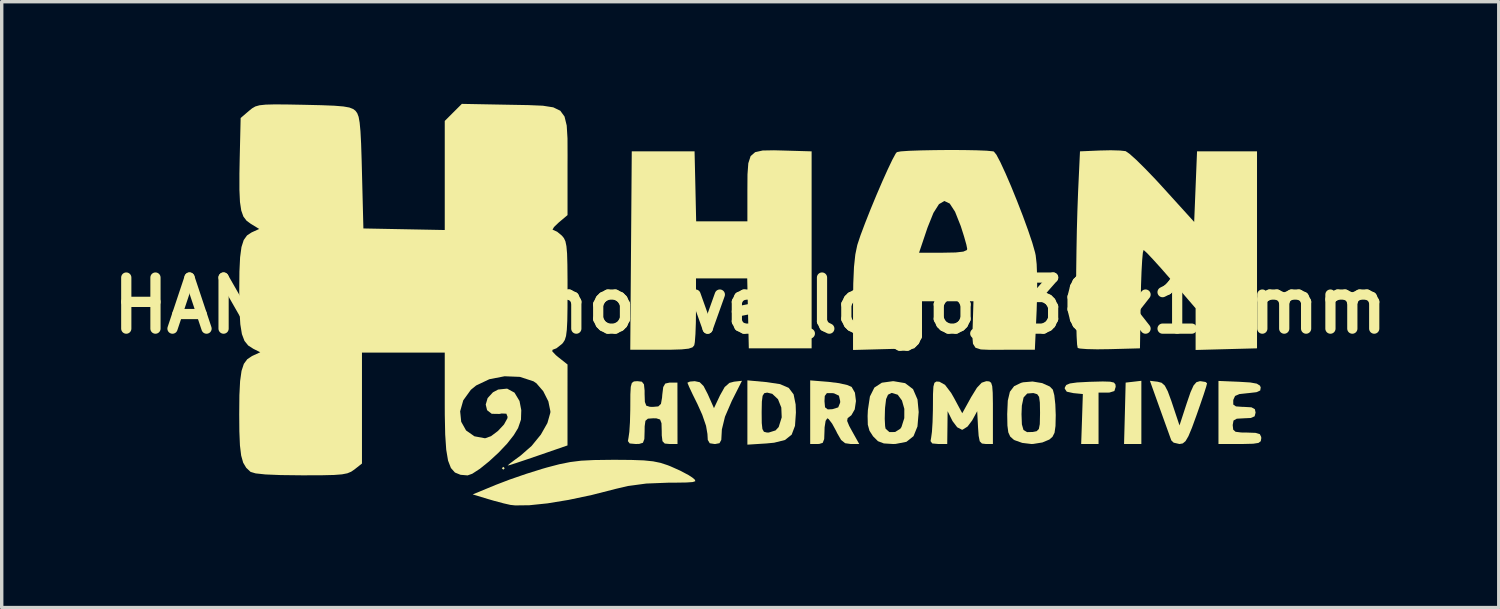
<source format=kicad_pcb>
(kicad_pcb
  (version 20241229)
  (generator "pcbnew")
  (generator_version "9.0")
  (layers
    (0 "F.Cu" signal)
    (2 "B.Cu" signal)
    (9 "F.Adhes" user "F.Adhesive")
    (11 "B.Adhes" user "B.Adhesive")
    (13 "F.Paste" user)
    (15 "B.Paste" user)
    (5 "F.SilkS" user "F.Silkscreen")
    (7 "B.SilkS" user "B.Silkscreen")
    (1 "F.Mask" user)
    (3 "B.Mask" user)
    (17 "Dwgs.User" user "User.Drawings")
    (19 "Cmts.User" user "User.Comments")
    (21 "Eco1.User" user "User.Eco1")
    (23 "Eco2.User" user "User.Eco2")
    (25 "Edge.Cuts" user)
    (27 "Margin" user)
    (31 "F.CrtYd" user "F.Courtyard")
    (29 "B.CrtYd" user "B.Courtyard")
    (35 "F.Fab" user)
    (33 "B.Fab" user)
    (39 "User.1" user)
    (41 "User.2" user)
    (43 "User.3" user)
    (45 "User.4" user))
  (footprint "HAN_Hydromotive_logo_30x12mm"
    (layer "F.Cu")
    (at 18.979 5.921)
    (property "Reference" "HAN_Hydromotive_logo_30x12mm" (at 0 0 0) (layer "F.SilkS") (effects (font (size 1.5 1.5) (thickness 0.3))))
    (attr board_only exclude_from_pos_files exclude_from_bom)
    (fp_poly (pts (xy -7.209 4.778) (xy -7.251 4.82) (xy -7.293 4.778) (xy -7.251 4.736)) (stroke (width 0) (type solid)) (fill yes) (layer "F.SilkS"))
    (fp_poly (pts (xy 11.484 3.138) (xy 11.484 4.066) (xy 11.23 4.066) (xy 10.976 4.066) (xy 11 3.165) (xy 11.023 2.263) (xy 11.254 2.237) (xy 11.484 2.21)) (stroke (width 0) (type solid)) (fill yes) (layer "F.SilkS"))
    (fp_poly (pts (xy 10.565 2.236) (xy 10.679 2.262) (xy 10.723 2.317) (xy 10.73 2.386) (xy 10.692 2.511) (xy 10.548 2.555) (xy 10.479 2.557) (xy 10.227 2.557) (xy 10.227 3.311) (xy 10.227 4.066) (xy 9.972 4.066) (xy 9.717 4.066) (xy 9.742 3.332) (xy 9.766 2.599) (xy 9.489 2.572) (xy 9.294 2.53) (xy 9.234 2.441) (xy 9.238 2.404) (xy 9.278 2.334) (xy 9.387 2.288) (xy 9.597 2.259) (xy 9.938 2.241) (xy 9.997 2.239) (xy 10.349 2.23)) (stroke (width 0) (type solid)) (fill yes) (layer "F.SilkS"))
    (fp_poly (pts (xy -0.541 2.8) (xy -0.742 3.265) (xy -0.833 3.638) (xy -0.838 3.728) (xy -0.85 3.945) (xy -0.903 4.042) (xy -1.027 4.066) (xy -1.048 4.066) (xy -1.189 4.044) (xy -1.247 3.946) (xy -1.257 3.77) (xy -1.298 3.532) (xy -1.409 3.208) (xy -1.551 2.892) (xy -1.69 2.611) (xy -1.793 2.392) (xy -1.842 2.274) (xy -1.844 2.265) (xy -1.772 2.233) (xy -1.63 2.221) (xy -1.485 2.251) (xy -1.37 2.365) (xy -1.248 2.601) (xy -1.241 2.617) (xy -1.065 3.013) (xy -0.888 2.638) (xy -0.751 2.394) (xy -0.612 2.272) (xy -0.477 2.236) (xy -0.243 2.21)) (stroke (width 0) (type solid)) (fill yes) (layer "F.SilkS"))
    (fp_poly (pts (xy 11.96 2.237) (xy 12.079 2.268) (xy 12.172 2.351) (xy 12.26 2.519) (xy 12.366 2.807) (xy 12.394 2.892) (xy 12.604 3.521) (xy 12.816 2.871) (xy 12.928 2.545) (xy 13.017 2.348) (xy 13.101 2.251) (xy 13.199 2.222) (xy 13.22 2.221) (xy 13.37 2.245) (xy 13.413 2.284) (xy 13.387 2.385) (xy 13.316 2.607) (xy 13.21 2.917) (xy 13.109 3.206) (xy 12.97 3.588) (xy 12.866 3.837) (xy 12.781 3.982) (xy 12.7 4.049) (xy 12.606 4.066) (xy 12.602 4.066) (xy 12.433 4.027) (xy 12.364 3.961) (xy 12.321 3.842) (xy 12.235 3.603) (xy 12.12 3.284) (xy 12.03 3.033) (xy 11.735 2.21)) (stroke (width 0) (type solid)) (fill yes) (layer "F.SilkS"))
    (fp_poly (pts (xy 0.482 2.249) (xy 0.875 2.308) (xy 1.13 2.418) (xy 1.273 2.608) (xy 1.333 2.905) (xy 1.341 3.144) (xy 1.314 3.533) (xy 1.216 3.792) (xy 1.021 3.948) (xy 0.701 4.028) (xy 0.472 4.05) (xy -0.084 4.085) (xy -0.084 3.144) (xy 0.335 3.144) (xy 0.338 3.45) (xy 0.357 3.626) (xy 0.402 3.707) (xy 0.489 3.729) (xy 0.542 3.73) (xy 0.743 3.667) (xy 0.835 3.568) (xy 0.924 3.283) (xy 0.912 2.996) (xy 0.815 2.751) (xy 0.647 2.593) (xy 0.497 2.557) (xy 0.412 2.574) (xy 0.363 2.65) (xy 0.341 2.82) (xy 0.335 3.12) (xy 0.335 3.144) (xy -0.084 3.144) (xy -0.084 3.141) (xy -0.084 2.197)) (stroke (width 0) (type solid)) (fill yes) (layer "F.SilkS"))
    (fp_poly (pts (xy 0.965 -4.551) (xy 1.802 -4.527) (xy 1.802 -1.635) (xy 1.802 1.257) (xy 0.88 1.257) (xy -0.042 1.257) (xy -0.065 0.231) (xy -0.089 -0.796) (xy -0.841 -0.796) (xy -1.593 -0.796) (xy -1.593 0.119) (xy -1.597 0.505) (xy -1.609 0.837) (xy -1.627 1.074) (xy -1.644 1.167) (xy -1.694 1.227) (xy -1.808 1.266) (xy -2.015 1.288) (xy -2.343 1.298) (xy -2.609 1.299) (xy -3.523 1.299) (xy -3.501 -1.614) (xy -3.479 -4.527) (xy -2.557 -4.527) (xy -1.635 -4.527) (xy -1.611 -3.5) (xy -1.588 -2.473) (xy -0.836 -2.473) (xy -0.084 -2.473) (xy -0.084 -3.379) (xy -0.081 -3.849) (xy -0.057 -4.177) (xy 0.011 -4.387) (xy 0.144 -4.503) (xy 0.365 -4.552) (xy 0.696 -4.558)) (stroke (width 0) (type solid)) (fill yes) (layer "F.SilkS"))
    (fp_poly (pts (xy -3.489 4.534) (xy -3.126 4.547) (xy -2.853 4.575) (xy -2.633 4.62) (xy -2.426 4.688) (xy -2.347 4.719) (xy -2.06 4.847) (xy -1.811 4.979) (xy -1.699 5.052) (xy -1.625 5.116) (xy -1.613 5.158) (xy -1.689 5.183) (xy -1.874 5.196) (xy -2.192 5.201) (xy -2.412 5.202) (xy -3.051 5.227) (xy -3.59 5.299) (xy -3.94 5.381) (xy -4.653 5.563) (xy -5.334 5.707) (xy -5.954 5.809) (xy -6.486 5.864) (xy -6.901 5.869) (xy -7.042 5.854) (xy -7.241 5.809) (xy -7.522 5.734) (xy -7.7 5.682) (xy -8.149 5.546) (xy -7.469 5.265) (xy -7.064 5.11) (xy -6.583 4.944) (xy -6.11 4.796) (xy -5.972 4.756) (xy -5.606 4.66) (xy -5.287 4.596) (xy -4.967 4.556) (xy -4.592 4.537) (xy -4.113 4.531) (xy -3.982 4.53)) (stroke (width 0) (type solid)) (fill yes) (layer "F.SilkS"))
    (fp_poly (pts (xy 4.547 2.279) (xy 4.78 2.455) (xy 4.911 2.758) (xy 4.946 3.128) (xy 4.91 3.551) (xy 4.794 3.836) (xy 4.585 4.002) (xy 4.267 4.064) (xy 4.191 4.066) (xy 3.922 4.049) (xy 3.749 3.983) (xy 3.606 3.84) (xy 3.603 3.835) (xy 3.501 3.677) (xy 3.452 3.499) (xy 3.448 3.326) (xy 3.949 3.326) (xy 3.96 3.541) (xy 3.974 3.616) (xy 4.085 3.716) (xy 4.253 3.714) (xy 4.405 3.619) (xy 4.44 3.568) (xy 4.523 3.307) (xy 4.524 3.033) (xy 4.455 2.789) (xy 4.33 2.619) (xy 4.161 2.567) (xy 4.144 2.569) (xy 4.045 2.619) (xy 3.989 2.748) (xy 3.959 2.997) (xy 3.956 3.051) (xy 3.949 3.326) (xy 3.448 3.326) (xy 3.446 3.242) (xy 3.454 3.069) (xy 3.514 2.67) (xy 3.645 2.409) (xy 3.865 2.266) (xy 4.192 2.221) (xy 4.205 2.221)) (stroke (width 0) (type solid)) (fill yes) (layer "F.SilkS"))
    (fp_poly (pts (xy 14.355 2.239) (xy 14.681 2.259) (xy 14.874 2.294) (xy 14.966 2.352) (xy 14.989 2.405) (xy 14.974 2.495) (xy 14.862 2.545) (xy 14.618 2.573) (xy 14.612 2.573) (xy 14.363 2.6) (xy 14.236 2.655) (xy 14.187 2.761) (xy 14.182 2.787) (xy 14.183 2.908) (xy 14.262 2.962) (xy 14.459 2.976) (xy 14.496 2.976) (xy 14.718 2.989) (xy 14.817 3.044) (xy 14.838 3.144) (xy 14.81 3.253) (xy 14.696 3.302) (xy 14.502 3.311) (xy 14.286 3.323) (xy 14.19 3.377) (xy 14.167 3.503) (xy 14.167 3.521) (xy 14.181 3.645) (xy 14.25 3.707) (xy 14.418 3.728) (xy 14.586 3.73) (xy 14.838 3.739) (xy 14.963 3.777) (xy 15.003 3.859) (xy 15.005 3.898) (xy 14.99 3.984) (xy 14.923 4.034) (xy 14.767 4.058) (xy 14.49 4.065) (xy 14.377 4.066) (xy 13.748 4.066) (xy 13.748 3.14) (xy 13.748 2.214)) (stroke (width 0) (type solid)) (fill yes) (layer "F.SilkS"))
    (fp_poly (pts (xy 7.019 2.228) (xy 7.073 2.268) (xy 7.105 2.37) (xy 7.12 2.564) (xy 7.125 2.878) (xy 7.125 3.144) (xy 7.125 4.066) (xy 6.92 4.066) (xy 6.803 4.052) (xy 6.738 3.986) (xy 6.706 3.825) (xy 6.689 3.584) (xy 6.664 3.102) (xy 6.516 3.374) (xy 6.379 3.555) (xy 6.237 3.644) (xy 6.216 3.647) (xy 6.077 3.575) (xy 5.941 3.395) (xy 5.93 3.374) (xy 5.795 3.102) (xy 5.79 3.584) (xy 5.784 4.066) (xy 5.523 4.066) (xy 5.345 4.05) (xy 5.294 3.981) (xy 5.312 3.877) (xy 5.335 3.709) (xy 5.353 3.425) (xy 5.363 3.077) (xy 5.364 2.949) (xy 5.366 2.597) (xy 5.378 2.38) (xy 5.408 2.269) (xy 5.464 2.232) (xy 5.554 2.237) (xy 5.719 2.329) (xy 5.9 2.568) (xy 5.983 2.713) (xy 6.225 3.163) (xy 6.485 2.692) (xy 6.656 2.414) (xy 6.796 2.266) (xy 6.931 2.221) (xy 6.936 2.221)) (stroke (width 0) (type solid)) (fill yes) (layer "F.SilkS"))
    (fp_poly (pts (xy 2.306 2.242) (xy 2.609 2.28) (xy 2.854 2.336) (xy 2.977 2.39) (xy 3.074 2.56) (xy 3.104 2.804) (xy 3.068 3.049) (xy 2.97 3.221) (xy 2.947 3.239) (xy 2.86 3.306) (xy 2.845 3.388) (xy 2.905 3.534) (xy 2.996 3.701) (xy 3.2 4.066) (xy 2.95 4.066) (xy 2.787 4.043) (xy 2.668 3.948) (xy 2.549 3.742) (xy 2.524 3.688) (xy 2.406 3.471) (xy 2.303 3.335) (xy 2.263 3.311) (xy 2.213 3.386) (xy 2.183 3.576) (xy 2.18 3.688) (xy 2.171 3.921) (xy 2.128 4.032) (xy 2.026 4.064) (xy 1.97 4.066) (xy 1.76 4.066) (xy 1.76 3.132) (xy 1.76 2.808) (xy 2.18 2.808) (xy 2.196 2.989) (xy 2.276 3.05) (xy 2.41 3.044) (xy 2.583 2.991) (xy 2.639 2.855) (xy 2.641 2.808) (xy 2.604 2.647) (xy 2.461 2.579) (xy 2.41 2.572) (xy 2.25 2.572) (xy 2.188 2.656) (xy 2.18 2.808) (xy 1.76 2.808) (xy 1.76 2.198)) (stroke (width 0) (type solid)) (fill yes) (layer "F.SilkS"))
    (fp_poly (pts (xy 8.572 2.278) (xy 8.798 2.38) (xy 8.885 2.471) (xy 8.928 2.633) (xy 8.958 2.903) (xy 8.97 3.217) (xy 8.963 3.537) (xy 8.935 3.735) (xy 8.874 3.856) (xy 8.783 3.935) (xy 8.577 4.021) (xy 8.309 4.064) (xy 8.257 4.066) (xy 7.988 4.034) (xy 7.762 3.954) (xy 7.731 3.935) (xy 7.633 3.847) (xy 7.577 3.724) (xy 7.551 3.523) (xy 7.545 3.199) (xy 7.545 3.192) (xy 7.965 3.192) (xy 7.976 3.49) (xy 8.023 3.654) (xy 8.129 3.717) (xy 8.296 3.713) (xy 8.41 3.69) (xy 8.474 3.626) (xy 8.502 3.482) (xy 8.508 3.219) (xy 8.509 3.144) (xy 8.504 2.849) (xy 8.481 2.682) (xy 8.426 2.604) (xy 8.325 2.573) (xy 8.308 2.57) (xy 8.133 2.584) (xy 8.026 2.699) (xy 7.975 2.939) (xy 7.965 3.192) (xy 7.545 3.192) (xy 7.545 3.187) (xy 7.562 2.793) (xy 7.624 2.531) (xy 7.748 2.368) (xy 7.95 2.271) (xy 8.012 2.254) (xy 8.289 2.231)) (stroke (width 0) (type solid)) (fill yes) (layer "F.SilkS"))
    (fp_poly (pts (xy -3.182 2.237) (xy -3.121 2.314) (xy -3.102 2.497) (xy -3.102 2.599) (xy -3.094 2.831) (xy -3.052 2.941) (xy -2.946 2.974) (xy -2.855 2.976) (xy -2.699 2.962) (xy -2.622 2.888) (xy -2.59 2.709) (xy -2.583 2.62) (xy -2.555 2.394) (xy -2.495 2.291) (xy -2.374 2.264) (xy -2.347 2.263) (xy -2.138 2.263) (xy -2.137 3.165) (xy -2.136 4.066) (xy -2.367 4.066) (xy -2.51 4.053) (xy -2.577 3.984) (xy -2.598 3.814) (xy -2.599 3.688) (xy -2.606 3.456) (xy -2.648 3.347) (xy -2.755 3.313) (xy -2.85 3.311) (xy -3.005 3.322) (xy -3.078 3.385) (xy -3.1 3.546) (xy -3.102 3.688) (xy -3.109 3.92) (xy -3.151 4.03) (xy -3.26 4.063) (xy -3.363 4.066) (xy -3.54 4.05) (xy -3.592 3.981) (xy -3.574 3.877) (xy -3.55 3.709) (xy -3.532 3.425) (xy -3.523 3.077) (xy -3.522 2.955) (xy -3.52 2.604) (xy -3.508 2.388) (xy -3.477 2.274) (xy -3.417 2.229) (xy -3.32 2.221) (xy -3.311 2.221)) (stroke (width 0) (type solid)) (fill yes) (layer "F.SilkS"))
    (fp_poly (pts (xy 10.86 -4.551) (xy 11.022 -4.533) (xy 11.133 -4.457) (xy 11.333 -4.279) (xy 11.597 -4.018) (xy 11.904 -3.699) (xy 12.113 -3.471) (xy 13.035 -2.455) (xy 13.077 -3.491) (xy 13.119 -4.527) (xy 13.999 -4.527) (xy 14.88 -4.527) (xy 14.88 -1.635) (xy 14.88 1.257) (xy 13.978 1.281) (xy 13.077 1.305) (xy 13.077 0.693) (xy 13.077 0.081) (xy 12.344 -0.771) (xy 12.069 -1.086) (xy 11.832 -1.348) (xy 11.655 -1.536) (xy 11.558 -1.625) (xy 11.549 -1.629) (xy 11.528 -1.552) (xy 11.508 -1.333) (xy 11.489 -1.001) (xy 11.474 -0.582) (xy 11.466 -0.189) (xy 11.443 1.257) (xy 10.558 1.281) (xy 10.188 1.286) (xy 9.882 1.279) (xy 9.679 1.263) (xy 9.615 1.246) (xy 9.597 1.146) (xy 9.583 0.902) (xy 9.574 0.539) (xy 9.569 0.082) (xy 9.568 -0.447) (xy 9.571 -1.022) (xy 9.579 -1.619) (xy 9.59 -2.215) (xy 9.606 -2.784) (xy 9.625 -3.303) (xy 9.629 -3.395) (xy 9.682 -4.527) (xy 10.267 -4.552) (xy 10.588 -4.559)) (stroke (width 0) (type solid)) (fill yes) (layer "F.SilkS"))
    (fp_poly (pts (xy 6.266 -4.565) (xy 6.644 -4.558) (xy 6.941 -4.546) (xy 7.124 -4.528) (xy 7.153 -4.521) (xy 7.228 -4.428) (xy 7.345 -4.206) (xy 7.493 -3.886) (xy 7.661 -3.497) (xy 7.835 -3.068) (xy 8.005 -2.63) (xy 8.157 -2.213) (xy 8.281 -1.846) (xy 8.363 -1.558) (xy 8.381 -1.475) (xy 8.41 -1.216) (xy 8.424 -0.834) (xy 8.425 -0.374) (xy 8.41 0.12) (xy 8.41 0.128) (xy 8.357 1.299) (xy 7.448 1.299) (xy 7.039 1.301) (xy 6.771 1.29) (xy 6.613 1.239) (xy 6.54 1.123) (xy 6.522 0.914) (xy 6.532 0.587) (xy 6.537 0.44) (xy 6.554 -0.126) (xy 5.711 -0.126) (xy 4.869 -0.126) (xy 4.844 0.566) (xy 4.82 1.257) (xy 3.919 1.281) (xy 3.018 1.305) (xy 3.018 -0.024) (xy 3.025 -0.648) (xy 3.046 -1.131) (xy 3.085 -1.497) (xy 3.096 -1.551) (xy 4.957 -1.551) (xy 5.664 -1.551) (xy 6.033 -1.558) (xy 6.257 -1.583) (xy 6.359 -1.628) (xy 6.371 -1.66) (xy 6.345 -1.79) (xy 6.278 -2.028) (xy 6.184 -2.324) (xy 6.176 -2.346) (xy 6.014 -2.753) (xy 5.857 -2.994) (xy 5.7 -3.069) (xy 5.542 -2.977) (xy 5.379 -2.72) (xy 5.208 -2.295) (xy 5.188 -2.237) (xy 4.957 -1.551) (xy 3.096 -1.551) (xy 3.142 -1.772) (xy 3.148 -1.792) (xy 3.238 -2.063) (xy 3.37 -2.414) (xy 3.528 -2.814) (xy 3.701 -3.232) (xy 3.875 -3.637) (xy 4.037 -3.997) (xy 4.173 -4.282) (xy 4.27 -4.461) (xy 4.305 -4.504) (xy 4.419 -4.526) (xy 4.665 -4.543) (xy 5.009 -4.555) (xy 5.413 -4.563) (xy 5.844 -4.567)) (stroke (width 0) (type solid)) (fill yes) (layer "F.SilkS"))
    (fp_poly (pts (xy -7.077 -5.895) (xy -6.513 -5.885) (xy -6.088 -5.867) (xy -5.783 -5.819) (xy -5.578 -5.72) (xy -5.453 -5.549) (xy -5.389 -5.285) (xy -5.366 -4.907) (xy -5.364 -4.394) (xy -5.365 -4.064) (xy -5.365 -2.655) (xy -5.623 -2.438) (xy -5.762 -2.305) (xy -5.805 -2.229) (xy -5.791 -2.221) (xy -5.67 -2.167) (xy -5.533 -2.054) (xy -5.471 -1.98) (xy -5.427 -1.885) (xy -5.397 -1.741) (xy -5.378 -1.522) (xy -5.369 -1.202) (xy -5.365 -0.754) (xy -5.365 -0.461) (xy -5.366 0.064) (xy -5.372 0.447) (xy -5.386 0.715) (xy -5.409 0.895) (xy -5.446 1.013) (xy -5.498 1.095) (xy -5.533 1.132) (xy -5.691 1.256) (xy -5.805 1.3) (xy -5.813 1.345) (xy -5.709 1.456) (xy -5.637 1.516) (xy -5.365 1.731) (xy -5.366 2.919) (xy -5.366 4.108) (xy -6.246 4.412) (xy -6.598 4.532) (xy -6.882 4.627) (xy -7.068 4.685) (xy -7.125 4.698) (xy -7.063 4.644) (xy -6.903 4.523) (xy -6.739 4.403) (xy -6.42 4.123) (xy -6.149 3.791) (xy -5.956 3.451) (xy -5.87 3.148) (xy -5.868 3.106) (xy -5.928 2.814) (xy -6.078 2.516) (xy -6.278 2.284) (xy -6.363 2.226) (xy -6.762 2.095) (xy -7.213 2.077) (xy -7.661 2.164) (xy -8.049 2.348) (xy -8.204 2.475) (xy -8.427 2.784) (xy -8.518 3.107) (xy -8.487 3.413) (xy -8.344 3.668) (xy -8.098 3.84) (xy -7.786 3.898) (xy -7.611 3.836) (xy -7.408 3.683) (xy -7.23 3.492) (xy -7.131 3.312) (xy -7.125 3.269) (xy -7.161 3.176) (xy -7.297 3.17) (xy -7.364 3.183) (xy -7.591 3.179) (xy -7.727 3.073) (xy -7.767 2.907) (xy -7.711 2.718) (xy -7.555 2.548) (xy -7.403 2.467) (xy -7.139 2.44) (xy -6.922 2.558) (xy -6.775 2.803) (xy -6.723 3.071) (xy -6.732 3.351) (xy -6.817 3.598) (xy -6.944 3.807) (xy -7.137 4.053) (xy -7.39 4.32) (xy -7.668 4.576) (xy -7.937 4.793) (xy -8.163 4.94) (xy -8.299 4.988) (xy -8.508 4.97) (xy -8.67 4.904) (xy -8.789 4.771) (xy -8.873 4.553) (xy -8.927 4.232) (xy -8.957 3.788) (xy -8.969 3.204) (xy -8.97 2.896) (xy -8.97 1.383) (xy -10.185 1.383) (xy -11.401 1.383) (xy -11.401 3.012) (xy -11.401 4.64) (xy -11.622 4.814) (xy -11.717 4.879) (xy -11.829 4.926) (xy -11.987 4.957) (xy -12.218 4.975) (xy -12.551 4.983) (xy -13.014 4.985) (xy -13.193 4.985) (xy -13.793 4.978) (xy -14.233 4.96) (xy -14.523 4.929) (xy -14.671 4.885) (xy -14.677 4.88) (xy -14.8 4.764) (xy -14.889 4.614) (xy -14.948 4.404) (xy -14.984 4.106) (xy -15.001 3.692) (xy -15.005 3.195) (xy -15 2.635) (xy -14.979 2.218) (xy -14.937 1.919) (xy -14.869 1.713) (xy -14.769 1.577) (xy -14.63 1.484) (xy -14.603 1.471) (xy -14.387 1.372) (xy -14.59 1.271) (xy -14.741 1.174) (xy -14.851 1.038) (xy -14.926 0.839) (xy -14.973 0.55) (xy -14.997 0.146) (xy -15.004 -0.398) (xy -15.004 -0.435) (xy -14.999 -0.997) (xy -14.979 -1.417) (xy -14.939 -1.717) (xy -14.873 -1.923) (xy -14.776 -2.058) (xy -14.643 -2.146) (xy -14.63 -2.152) (xy -14.418 -2.248) (xy -14.665 -2.399) (xy -14.791 -2.492) (xy -14.883 -2.614) (xy -14.945 -2.789) (xy -14.983 -3.041) (xy -14.999 -3.395) (xy -14.999 -3.875) (xy -14.991 -4.31) (xy -14.963 -5.506) (xy -14.722 -5.713) (xy -14.627 -5.79) (xy -14.532 -5.845) (xy -14.408 -5.88) (xy -14.228 -5.899) (xy -13.961 -5.906) (xy -13.582 -5.903) (xy -13.111 -5.894) (xy -12.589 -5.882) (xy -12.21 -5.867) (xy -11.945 -5.845) (xy -11.77 -5.814) (xy -11.659 -5.77) (xy -11.592 -5.719) (xy -11.54 -5.648) (xy -11.499 -5.54) (xy -11.469 -5.371) (xy -11.445 -5.117) (xy -11.426 -4.756) (xy -11.41 -4.264) (xy -11.401 -3.916) (xy -11.359 -2.263) (xy -10.164 -2.24) (xy -8.97 -2.217) (xy -8.97 -3.818) (xy -8.97 -5.42) (xy -8.719 -5.671) (xy -8.468 -5.921)) (stroke (width 0) (type solid)) (fill yes) (layer "F.SilkS")))
  (gr_rect
    (start -3 -3)
    (end 40.957 14.79)
    (stroke (width 0.1) (type default))
    (fill no)
    (layer "Edge.Cuts")))
</source>
